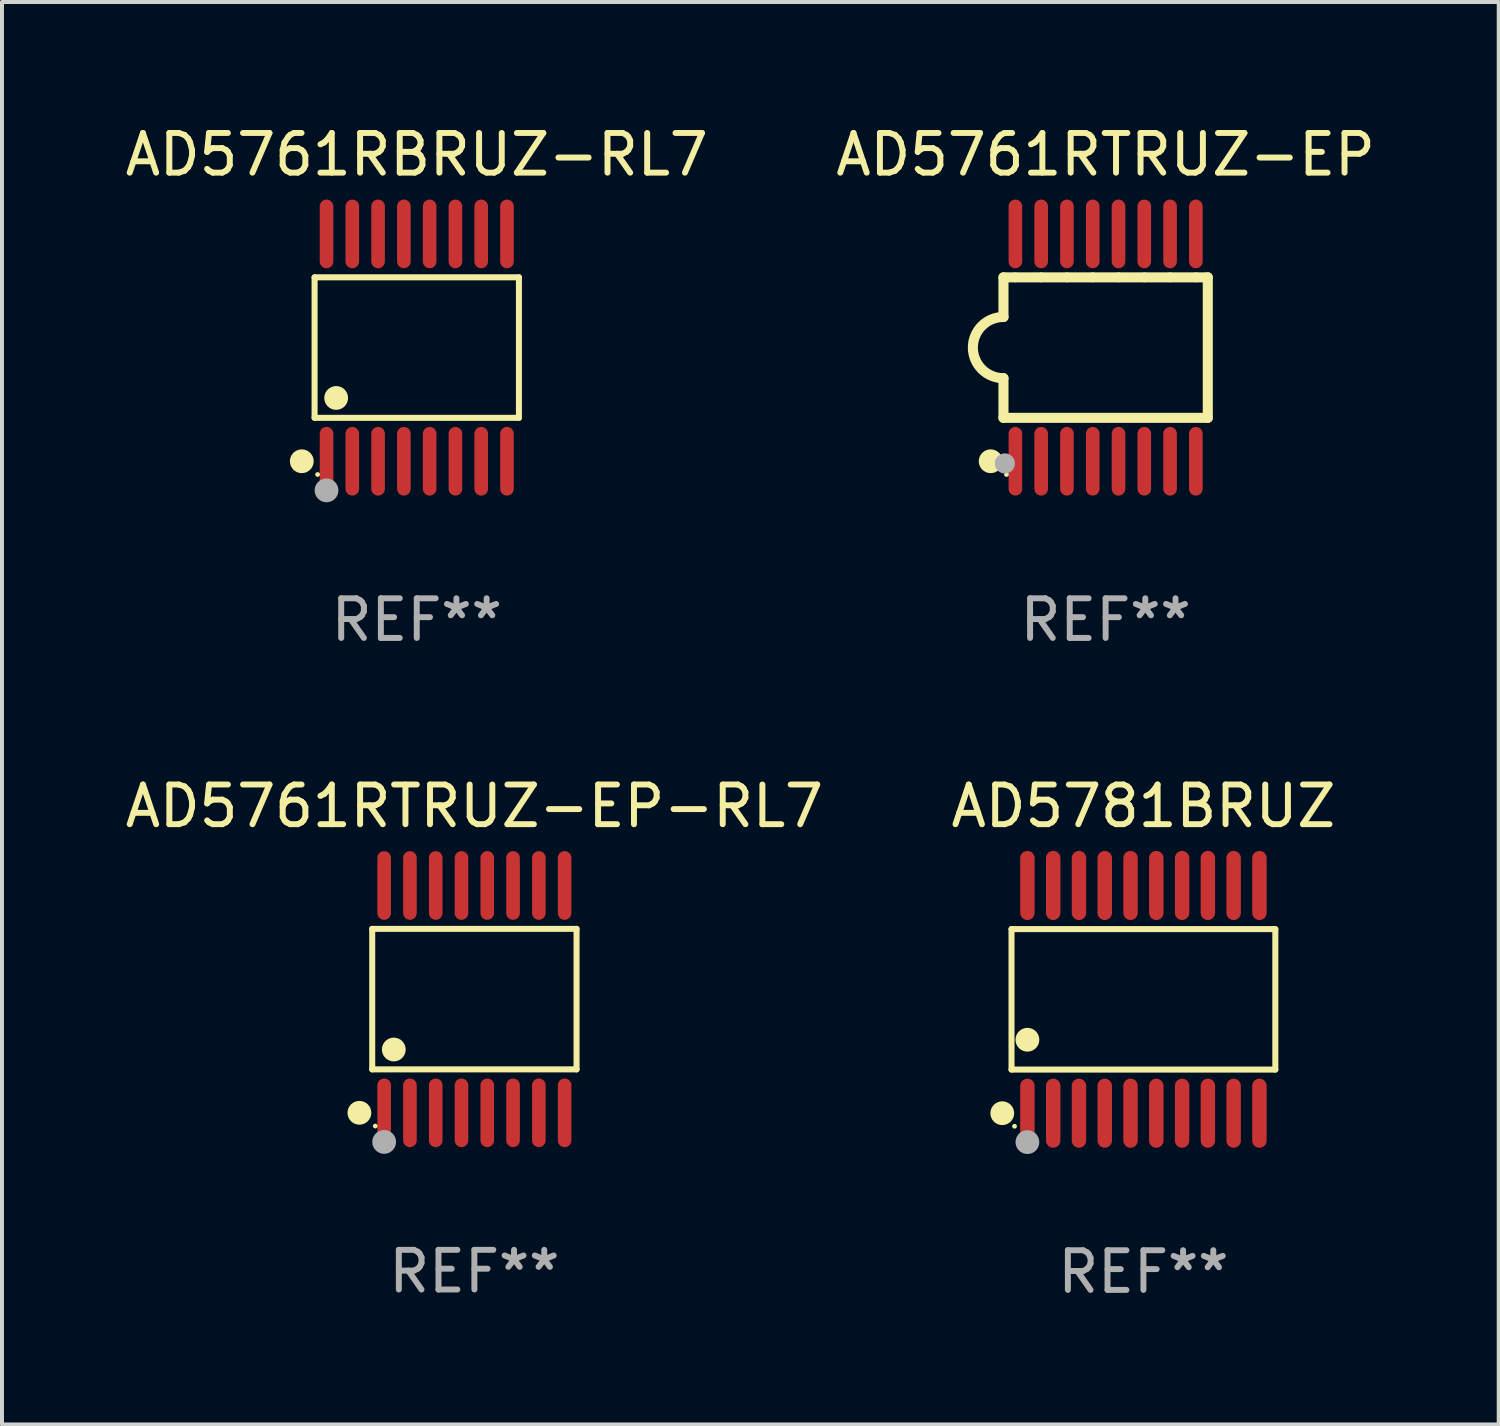
<source format=kicad_pcb>
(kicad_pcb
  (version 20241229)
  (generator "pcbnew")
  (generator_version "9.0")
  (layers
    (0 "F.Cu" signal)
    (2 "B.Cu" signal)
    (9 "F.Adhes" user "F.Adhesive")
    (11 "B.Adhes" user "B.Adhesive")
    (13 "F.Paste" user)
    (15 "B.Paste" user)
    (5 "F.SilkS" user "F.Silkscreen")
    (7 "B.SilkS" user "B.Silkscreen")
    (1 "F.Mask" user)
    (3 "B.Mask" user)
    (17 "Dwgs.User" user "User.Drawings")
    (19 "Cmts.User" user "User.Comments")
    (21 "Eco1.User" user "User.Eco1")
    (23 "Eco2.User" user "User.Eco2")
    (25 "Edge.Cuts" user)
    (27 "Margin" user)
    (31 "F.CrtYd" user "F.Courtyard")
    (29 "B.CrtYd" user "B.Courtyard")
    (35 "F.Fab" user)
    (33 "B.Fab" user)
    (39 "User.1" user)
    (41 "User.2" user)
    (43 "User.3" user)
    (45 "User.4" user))
  (footprint "AD5761RBRUZ-RL7"
    (layer "F.Cu")
    (at 7.458 5.714)
    (property "Reference" "AD5761RBRUZ-RL7" (at 0 -4.866 0) (layer "F.SilkS") (effects (font (size 1 1) (thickness 0.15))))
    (attr through_hole)
    (fp_line (start -2.576 -1.772) (end 2.576 -1.772) (stroke (width 0.152) (type solid)) (layer "F.SilkS"))
    (fp_line (start -2.576 1.771) (end -2.576 -1.772) (stroke (width 0.152) (type solid)) (layer "F.SilkS"))
    (fp_line (start 2.576 -1.772) (end 2.576 1.771) (stroke (width 0.152) (type solid)) (layer "F.SilkS"))
    (fp_line (start 2.576 1.771) (end -2.576 1.771) (stroke (width 0.152) (type solid)) (layer "F.SilkS"))
    (fp_circle (center -2.899 2.866) (end -2.749 2.866) (stroke (width 0.3) (type solid)) (fill no) (layer "F.SilkS"))
    (fp_circle (center -2.5 3.2) (end -2.47 3.2) (stroke (width 0.06) (type solid)) (fill no) (layer "F.SilkS"))
    (fp_circle (center -2.032 1.27) (end -1.882 1.27) (stroke (width 0.3) (type solid)) (fill no) (layer "F.SilkS"))
    (fp_circle (center -2.275 3.6) (end -2.125 3.6) (stroke (width 0.3) (type solid)) (fill no) (layer "F.Fab"))
    (fp_text user "REF**" (at 0 6.866 0) (layer "F.Fab") (effects (font (size 1 1) (thickness 0.15))))
    (pad "1" smd oval (at -2.275 2.866) (size 0.343 1.731) (layers "F.Cu" "F.Mask" "F.Paste"))
    (pad "2" smd oval (at -1.625 2.866) (size 0.343 1.731) (layers "F.Cu" "F.Mask" "F.Paste"))
    (pad "3" smd oval (at -0.975 2.866) (size 0.343 1.731) (layers "F.Cu" "F.Mask" "F.Paste"))
    (pad "4" smd oval (at -0.325 2.866) (size 0.343 1.731) (layers "F.Cu" "F.Mask" "F.Paste"))
    (pad "5" smd oval (at 0.325 2.866) (size 0.343 1.731) (layers "F.Cu" "F.Mask" "F.Paste"))
    (pad "6" smd oval (at 0.975 2.866) (size 0.343 1.731) (layers "F.Cu" "F.Mask" "F.Paste"))
    (pad "7" smd oval (at 1.625 2.866) (size 0.343 1.731) (layers "F.Cu" "F.Mask" "F.Paste"))
    (pad "8" smd oval (at 2.275 2.866) (size 0.343 1.731) (layers "F.Cu" "F.Mask" "F.Paste"))
    (pad "9" smd oval (at 2.275 -2.866) (size 0.343 1.731) (layers "F.Cu" "F.Mask" "F.Paste"))
    (pad "10" smd oval (at 1.625 -2.866) (size 0.343 1.731) (layers "F.Cu" "F.Mask" "F.Paste"))
    (pad "11" smd oval (at 0.975 -2.866) (size 0.343 1.731) (layers "F.Cu" "F.Mask" "F.Paste"))
    (pad "12" smd oval (at 0.325 -2.866) (size 0.343 1.731) (layers "F.Cu" "F.Mask" "F.Paste"))
    (pad "13" smd oval (at -0.325 -2.866) (size 0.343 1.731) (layers "F.Cu" "F.Mask" "F.Paste"))
    (pad "14" smd oval (at -0.975 -2.866) (size 0.343 1.731) (layers "F.Cu" "F.Mask" "F.Paste"))
    (pad "15" smd oval (at -1.625 -2.866) (size 0.343 1.731) (layers "F.Cu" "F.Mask" "F.Paste"))
    (pad "16" smd oval (at -2.275 -2.866) (size 0.343 1.731) (layers "F.Cu" "F.Mask" "F.Paste")))
  (footprint "AD5761RTRUZ-EP"
    (layer "F.Cu")
    (at 24.827 5.714)
    (property "Reference" "AD5761RTRUZ-EP" (at 0 -4.866 0) (layer "F.SilkS") (effects (font (size 1 1) (thickness 0.15))))
    (attr through_hole)
    (fp_line (start -2.576 -1.771) (end -2.576 -0.771) (stroke (width 0.254) (type solid)) (layer "F.SilkS"))
    (fp_line (start -2.576 -1.771) (end -2.289 -1.771) (stroke (width 0.254) (type solid)) (layer "F.SilkS"))
    (fp_line (start -2.576 1.771) (end -2.576 0.771) (stroke (width 0.254) (type solid)) (layer "F.SilkS"))
    (fp_line (start -2.261 -1.771) (end -1.639 -1.771) (stroke (width 0.254) (type solid)) (layer "F.SilkS"))
    (fp_line (start -1.612 -1.771) (end -0.989 -1.771) (stroke (width 0.254) (type solid)) (layer "F.SilkS"))
    (fp_line (start -0.962 -1.771) (end -0.338 -1.771) (stroke (width 0.254) (type solid)) (layer "F.SilkS"))
    (fp_line (start -0.311 -1.771) (end 0.312 -1.771) (stroke (width 0.254) (type solid)) (layer "F.SilkS"))
    (fp_line (start 0.339 -1.771) (end 0.962 -1.771) (stroke (width 0.254) (type solid)) (layer "F.SilkS"))
    (fp_line (start 0.989 -1.771) (end 1.612 -1.771) (stroke (width 0.254) (type solid)) (layer "F.SilkS"))
    (fp_line (start 1.639 -1.771) (end 2.261 -1.771) (stroke (width 0.254) (type solid)) (layer "F.SilkS"))
    (fp_line (start 2.289 -1.771) (end 2.576 -1.771) (stroke (width 0.254) (type solid)) (layer "F.SilkS"))
    (fp_line (start 2.576 -1.771) (end 2.576 1.771) (stroke (width 0.254) (type solid)) (layer "F.SilkS"))
    (fp_line (start 2.576 1.771) (end -2.576 1.771) (stroke (width 0.254) (type solid)) (layer "F.SilkS"))
    (fp_arc (start -2.576226 0.7714) (mid -3.346889 -0.000648) (end -2.575311 -0.771781) (stroke (width 0.254001) (type solid)) (layer "F.SilkS"))
    (fp_circle (center -2.899 2.866) (end -2.749 2.866) (stroke (width 0.3) (type solid)) (fill no) (layer "F.SilkS"))
    (fp_circle (center -2.5 3.2) (end -2.47 3.2) (stroke (width 0.06) (type solid)) (fill no) (layer "F.SilkS"))
    (fp_circle (center -2.54 2.921) (end -2.413 2.921) (stroke (width 0.254) (type solid)) (fill no) (layer "F.Fab"))
    (fp_text user "REF**" (at 0 6.866 0) (layer "F.Fab") (effects (font (size 1 1) (thickness 0.15))))
    (pad "1" smd oval (at -2.275 2.866) (size 0.343 1.731) (layers "F.Cu" "F.Mask" "F.Paste"))
    (pad "2" smd oval (at -1.625 2.866) (size 0.343 1.731) (layers "F.Cu" "F.Mask" "F.Paste"))
    (pad "3" smd oval (at -0.975 2.866) (size 0.343 1.731) (layers "F.Cu" "F.Mask" "F.Paste"))
    (pad "4" smd oval (at -0.325 2.866) (size 0.343 1.731) (layers "F.Cu" "F.Mask" "F.Paste"))
    (pad "5" smd oval (at 0.325 2.866) (size 0.343 1.731) (layers "F.Cu" "F.Mask" "F.Paste"))
    (pad "6" smd oval (at 0.975 2.866) (size 0.343 1.731) (layers "F.Cu" "F.Mask" "F.Paste"))
    (pad "7" smd oval (at 1.625 2.866) (size 0.343 1.731) (layers "F.Cu" "F.Mask" "F.Paste"))
    (pad "8" smd oval (at 2.275 2.866) (size 0.343 1.731) (layers "F.Cu" "F.Mask" "F.Paste"))
    (pad "9" smd oval (at 2.275 -2.866) (size 0.343 1.731) (layers "F.Cu" "F.Mask" "F.Paste"))
    (pad "10" smd oval (at 1.625 -2.866) (size 0.343 1.731) (layers "F.Cu" "F.Mask" "F.Paste"))
    (pad "11" smd oval (at 0.975 -2.866) (size 0.343 1.731) (layers "F.Cu" "F.Mask" "F.Paste"))
    (pad "12" smd oval (at 0.325 -2.866) (size 0.343 1.731) (layers "F.Cu" "F.Mask" "F.Paste"))
    (pad "13" smd oval (at -0.325 -2.866) (size 0.343 1.731) (layers "F.Cu" "F.Mask" "F.Paste"))
    (pad "14" smd oval (at -0.975 -2.866) (size 0.343 1.731) (layers "F.Cu" "F.Mask" "F.Paste"))
    (pad "15" smd oval (at -1.625 -2.866) (size 0.343 1.731) (layers "F.Cu" "F.Mask" "F.Paste"))
    (pad "16" smd oval (at -2.275 -2.866) (size 0.343 1.731) (layers "F.Cu" "F.Mask" "F.Paste")))
  (footprint "AD5761RTRUZ-EP-RL7"
    (layer "F.Cu")
    (at 8.911 22.142)
    (property "Reference" "AD5761RTRUZ-EP-RL7" (at 0 -4.866 0) (layer "F.SilkS") (effects (font (size 1 1) (thickness 0.15))))
    (attr through_hole)
    (fp_line (start -2.576 -1.772) (end 2.576 -1.772) (stroke (width 0.152) (type solid)) (layer "F.SilkS"))
    (fp_line (start -2.576 1.771) (end -2.576 -1.772) (stroke (width 0.152) (type solid)) (layer "F.SilkS"))
    (fp_line (start 2.576 -1.772) (end 2.576 1.771) (stroke (width 0.152) (type solid)) (layer "F.SilkS"))
    (fp_line (start 2.576 1.771) (end -2.576 1.771) (stroke (width 0.152) (type solid)) (layer "F.SilkS"))
    (fp_circle (center -2.899 2.866) (end -2.749 2.866) (stroke (width 0.3) (type solid)) (fill no) (layer "F.SilkS"))
    (fp_circle (center -2.5 3.2) (end -2.47 3.2) (stroke (width 0.06) (type solid)) (fill no) (layer "F.SilkS"))
    (fp_circle (center -2.032 1.27) (end -1.882 1.27) (stroke (width 0.3) (type solid)) (fill no) (layer "F.SilkS"))
    (fp_circle (center -2.275 3.6) (end -2.125 3.6) (stroke (width 0.3) (type solid)) (fill no) (layer "F.Fab"))
    (fp_text user "REF**" (at 0 6.866 0) (layer "F.Fab") (effects (font (size 1 1) (thickness 0.15))))
    (pad "1" smd oval (at -2.275 2.866) (size 0.343 1.731) (layers "F.Cu" "F.Mask" "F.Paste"))
    (pad "2" smd oval (at -1.625 2.866) (size 0.343 1.731) (layers "F.Cu" "F.Mask" "F.Paste"))
    (pad "3" smd oval (at -0.975 2.866) (size 0.343 1.731) (layers "F.Cu" "F.Mask" "F.Paste"))
    (pad "4" smd oval (at -0.325 2.866) (size 0.343 1.731) (layers "F.Cu" "F.Mask" "F.Paste"))
    (pad "5" smd oval (at 0.325 2.866) (size 0.343 1.731) (layers "F.Cu" "F.Mask" "F.Paste"))
    (pad "6" smd oval (at 0.975 2.866) (size 0.343 1.731) (layers "F.Cu" "F.Mask" "F.Paste"))
    (pad "7" smd oval (at 1.625 2.866) (size 0.343 1.731) (layers "F.Cu" "F.Mask" "F.Paste"))
    (pad "8" smd oval (at 2.275 2.866) (size 0.343 1.731) (layers "F.Cu" "F.Mask" "F.Paste"))
    (pad "9" smd oval (at 2.275 -2.866) (size 0.343 1.731) (layers "F.Cu" "F.Mask" "F.Paste"))
    (pad "10" smd oval (at 1.625 -2.866) (size 0.343 1.731) (layers "F.Cu" "F.Mask" "F.Paste"))
    (pad "11" smd oval (at 0.975 -2.866) (size 0.343 1.731) (layers "F.Cu" "F.Mask" "F.Paste"))
    (pad "12" smd oval (at 0.325 -2.866) (size 0.343 1.731) (layers "F.Cu" "F.Mask" "F.Paste"))
    (pad "13" smd oval (at -0.325 -2.866) (size 0.343 1.731) (layers "F.Cu" "F.Mask" "F.Paste"))
    (pad "14" smd oval (at -0.975 -2.866) (size 0.343 1.731) (layers "F.Cu" "F.Mask" "F.Paste"))
    (pad "15" smd oval (at -1.625 -2.866) (size 0.343 1.731) (layers "F.Cu" "F.Mask" "F.Paste"))
    (pad "16" smd oval (at -2.275 -2.866) (size 0.343 1.731) (layers "F.Cu" "F.Mask" "F.Paste")))
  (footprint "AD5781BRUZ"
    (layer "F.Cu")
    (at 25.78 22.147)
    (property "Reference" "AD5781BRUZ" (at 0 -4.871 0) (layer "F.SilkS") (effects (font (size 1 1) (thickness 0.15))))
    (attr through_hole)
    (fp_line (start -3.326 -1.771) (end 3.326 -1.771) (stroke (width 0.152) (type solid)) (layer "F.SilkS"))
    (fp_line (start -3.326 1.771) (end -3.326 -1.771) (stroke (width 0.152) (type solid)) (layer "F.SilkS"))
    (fp_line (start 3.326 -1.771) (end 3.326 1.771) (stroke (width 0.152) (type solid)) (layer "F.SilkS"))
    (fp_line (start 3.326 1.771) (end -3.326 1.771) (stroke (width 0.152) (type solid)) (layer "F.SilkS"))
    (fp_circle (center -3.559 2.871) (end -3.409 2.871) (stroke (width 0.3) (type solid)) (fill no) (layer "F.SilkS"))
    (fp_circle (center -3.25 3.2) (end -3.22 3.2) (stroke (width 0.06) (type solid)) (fill no) (layer "F.SilkS"))
    (fp_circle (center -2.925 1.019) (end -2.775 1.019) (stroke (width 0.3) (type solid)) (fill no) (layer "F.SilkS"))
    (fp_circle (center -2.925 3.6) (end -2.775 3.6) (stroke (width 0.3) (type solid)) (fill no) (layer "F.Fab"))
    (fp_text user "REF**" (at 0 6.871 0) (layer "F.Fab") (effects (font (size 1 1) (thickness 0.15))))
    (pad "1" smd oval (at -2.925 2.871) (size 0.364 1.742) (layers "F.Cu" "F.Mask" "F.Paste"))
    (pad "2" smd oval (at -2.275 2.871) (size 0.364 1.742) (layers "F.Cu" "F.Mask" "F.Paste"))
    (pad "3" smd oval (at -1.625 2.871) (size 0.364 1.742) (layers "F.Cu" "F.Mask" "F.Paste"))
    (pad "4" smd oval (at -0.975 2.871) (size 0.364 1.742) (layers "F.Cu" "F.Mask" "F.Paste"))
    (pad "5" smd oval (at -0.325 2.871) (size 0.364 1.742) (layers "F.Cu" "F.Mask" "F.Paste"))
    (pad "6" smd oval (at 0.325 2.871) (size 0.364 1.742) (layers "F.Cu" "F.Mask" "F.Paste"))
    (pad "7" smd oval (at 0.975 2.871) (size 0.364 1.742) (layers "F.Cu" "F.Mask" "F.Paste"))
    (pad "8" smd oval (at 1.625 2.871) (size 0.364 1.742) (layers "F.Cu" "F.Mask" "F.Paste"))
    (pad "9" smd oval (at 2.275 2.871) (size 0.364 1.742) (layers "F.Cu" "F.Mask" "F.Paste"))
    (pad "10" smd oval (at 2.925 2.871) (size 0.364 1.742) (layers "F.Cu" "F.Mask" "F.Paste"))
    (pad "11" smd oval (at 2.925 -2.871) (size 0.364 1.742) (layers "F.Cu" "F.Mask" "F.Paste"))
    (pad "12" smd oval (at 2.275 -2.871) (size 0.364 1.742) (layers "F.Cu" "F.Mask" "F.Paste"))
    (pad "13" smd oval (at 1.625 -2.871) (size 0.364 1.742) (layers "F.Cu" "F.Mask" "F.Paste"))
    (pad "14" smd oval (at 0.975 -2.871) (size 0.364 1.742) (layers "F.Cu" "F.Mask" "F.Paste"))
    (pad "15" smd oval (at 0.325 -2.871) (size 0.364 1.742) (layers "F.Cu" "F.Mask" "F.Paste"))
    (pad "16" smd oval (at -0.325 -2.871) (size 0.364 1.742) (layers "F.Cu" "F.Mask" "F.Paste"))
    (pad "17" smd oval (at -0.975 -2.871) (size 0.364 1.742) (layers "F.Cu" "F.Mask" "F.Paste"))
    (pad "18" smd oval (at -1.625 -2.871) (size 0.364 1.742) (layers "F.Cu" "F.Mask" "F.Paste"))
    (pad "19" smd oval (at -2.275 -2.871) (size 0.364 1.742) (layers "F.Cu" "F.Mask" "F.Paste"))
    (pad "20" smd oval (at -2.925 -2.871) (size 0.364 1.742) (layers "F.Cu" "F.Mask" "F.Paste")))
  (gr_rect
    (start -3 -3)
    (end 34.738 32.866)
    (stroke (width 0.1) (type default))
    (fill no)
    (layer "Edge.Cuts")))
</source>
